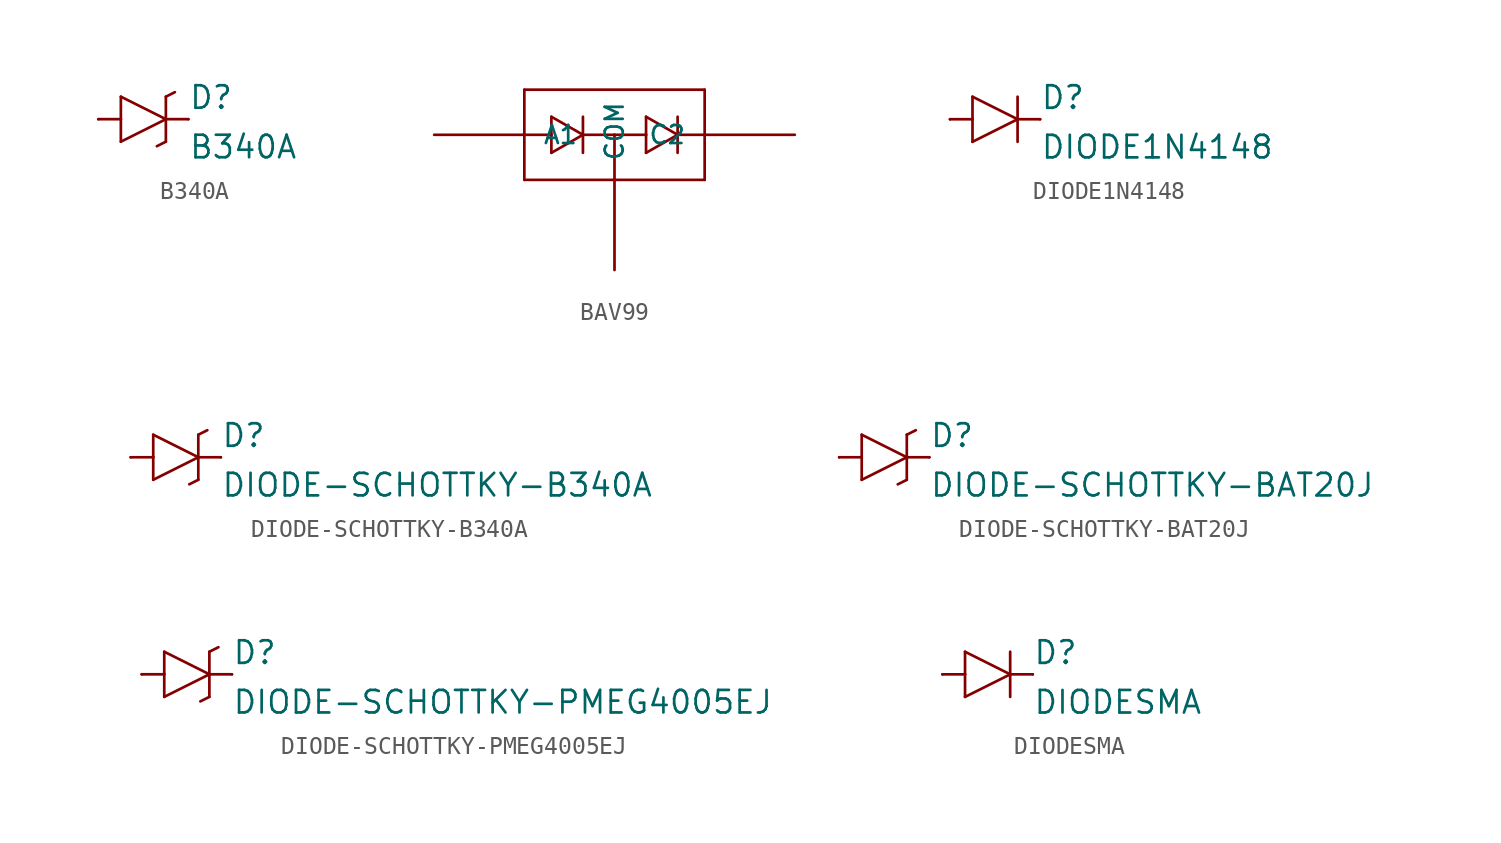
<source format=kicad_sym>
(kicad_symbol_lib
  (version 20211014)
  (generator kicad_symbol_editor)
  (symbol "B340A"
    (pin_numbers hide)
    (pin_names
      (offset 1.016) hide)
    (property "Reference" "D"
      (at 2.54 0.483 0)
      (effects (font (size 1.27 1.27)) (justify left bottom)))
    (property "Value" "B340A"
      (at 2.54 -2.311 0)
      (effects (font (size 1.27 1.27)) (justify left bottom)))
    (property "ki_locked" ""
      (at 0 0 0)
      (effects (font (size 1.27 1.27))))
    (symbol "B340A_1_0"
      (polyline (pts (xy -2.54 0) (xy -1.27 0)) (stroke (width 0) (type default) (color 0 0 0 0)) (fill (type none)))
      (polyline (pts (xy -1.27 -1.27) (xy 1.27 0)) (stroke (width 0) (type default) (color 0 0 0 0)) (fill (type none)))
      (polyline (pts (xy -1.27 0) (xy -1.27 -1.27)) (stroke (width 0) (type default) (color 0 0 0 0)) (fill (type none)))
      (polyline (pts (xy -1.27 1.27) (xy -1.27 0)) (stroke (width 0) (type default) (color 0 0 0 0)) (fill (type none)))
      (polyline (pts (xy 1.27 -1.27) (xy 0.762 -1.524)) (stroke (width 0) (type default) (color 0 0 0 0)) (fill (type none)))
      (polyline (pts (xy 1.27 0) (xy -1.27 1.27)) (stroke (width 0) (type default) (color 0 0 0 0)) (fill (type none)))
      (polyline (pts (xy 1.27 0) (xy 1.27 -1.27)) (stroke (width 0) (type default) (color 0 0 0 0)) (fill (type none)))
      (polyline (pts (xy 1.27 1.27) (xy 1.27 0)) (stroke (width 0) (type default) (color 0 0 0 0)) (fill (type none)))
      (polyline (pts (xy 1.27 1.27) (xy 1.778 1.524)) (stroke (width 0) (type default) (color 0 0 0 0)) (fill (type none)))
      (polyline (pts (xy 2.54 0) (xy 1.27 0)) (stroke (width 0) (type default) (color 0 0 0 0)) (fill (type none))))
    (symbol "B340A_1_1"
      (pin passive line (at -2.54 0 0) (length 0) (name "A" (effects (font (size 1.016 1.016)))) (number "A" (effects (font (size 1.016 1.016)))))
      (pin passive line (at 2.54 0 180) (length 0) (name "C" (effects (font (size 1.016 1.016)))) (number "C" (effects (font (size 1.016 1.016)))))))
  (symbol "BAV99"
    (pin_numbers hide)
    (pin_names
      (offset 1.016))
    (property "Reference" "D"
      (at 0 0 0)
      (effects (font (size 1.27 1.27)) hide))
    (property "ki_locked" ""
      (at 0 0 0)
      (effects (font (size 1.27 1.27))))
    (symbol "BAV99_1_0"
      (polyline (pts (xy -5.08 -2.54) (xy -5.08 0)) (stroke (width 0) (type default) (color 0 0 0 0)) (fill (type none)))
      (polyline (pts (xy -5.08 0) (xy -5.08 2.54)) (stroke (width 0) (type default) (color 0 0 0 0)) (fill (type none)))
      (polyline (pts (xy -5.08 0) (xy -3.556 0)) (stroke (width 0) (type default) (color 0 0 0 0)) (fill (type none)))
      (polyline (pts (xy -5.08 2.54) (xy 5.08 2.54)) (stroke (width 0) (type default) (color 0 0 0 0)) (fill (type none)))
      (polyline (pts (xy -3.556 -1.016) (xy -3.556 0)) (stroke (width 0) (type default) (color 0 0 0 0)) (fill (type none)))
      (polyline (pts (xy -3.556 0) (xy -3.556 1.016)) (stroke (width 0) (type default) (color 0 0 0 0)) (fill (type none)))
      (polyline (pts (xy -3.556 1.016) (xy -1.778 0)) (stroke (width 0) (type default) (color 0 0 0 0)) (fill (type none)))
      (polyline (pts (xy -1.778 0) (xy -3.556 -1.016)) (stroke (width 0) (type default) (color 0 0 0 0)) (fill (type none)))
      (polyline (pts (xy -1.778 0) (xy -1.778 -1.016)) (stroke (width 0) (type default) (color 0 0 0 0)) (fill (type none)))
      (polyline (pts (xy -1.778 1.016) (xy -1.778 0)) (stroke (width 0) (type default) (color 0 0 0 0)) (fill (type none)))
      (polyline (pts (xy 0 -2.54) (xy -5.08 -2.54)) (stroke (width 0) (type default) (color 0 0 0 0)) (fill (type none)))
      (polyline (pts (xy 0 -2.54) (xy 0 0)) (stroke (width 0) (type default) (color 0 0 0 0)) (fill (type none)))
      (polyline (pts (xy 0 0) (xy -1.778 0)) (stroke (width 0) (type default) (color 0 0 0 0)) (fill (type none)))
      (polyline (pts (xy 1.778 -1.016) (xy 1.778 0)) (stroke (width 0) (type default) (color 0 0 0 0)) (fill (type none)))
      (polyline (pts (xy 1.778 0) (xy 0 0)) (stroke (width 0) (type default) (color 0 0 0 0)) (fill (type none)))
      (polyline (pts (xy 1.778 0) (xy 1.778 1.016)) (stroke (width 0) (type default) (color 0 0 0 0)) (fill (type none)))
      (polyline (pts (xy 1.778 1.016) (xy 3.556 0)) (stroke (width 0) (type default) (color 0 0 0 0)) (fill (type none)))
      (polyline (pts (xy 3.556 0) (xy 1.778 -1.016)) (stroke (width 0) (type default) (color 0 0 0 0)) (fill (type none)))
      (polyline (pts (xy 3.556 0) (xy 3.556 -1.016)) (stroke (width 0) (type default) (color 0 0 0 0)) (fill (type none)))
      (polyline (pts (xy 3.556 1.016) (xy 3.556 0)) (stroke (width 0) (type default) (color 0 0 0 0)) (fill (type none)))
      (polyline (pts (xy 5.08 -2.54) (xy 0 -2.54)) (stroke (width 0) (type default) (color 0 0 0 0)) (fill (type none)))
      (polyline (pts (xy 5.08 0) (xy 3.556 0)) (stroke (width 0) (type default) (color 0 0 0 0)) (fill (type none)))
      (polyline (pts (xy 5.08 0) (xy 5.08 -2.54)) (stroke (width 0) (type default) (color 0 0 0 0)) (fill (type none)))
      (polyline (pts (xy 5.08 2.54) (xy 5.08 0)) (stroke (width 0) (type default) (color 0 0 0 0)) (fill (type none))))
    (symbol "BAV99_1_1"
      (pin bidirectional line (at -10.16 0 0) (length 5.08) (name "A1" (effects (font (size 1.016 1.016)))) (number "1" (effects (font (size 1.016 1.016)))))
      (pin bidirectional line (at 10.16 0 180) (length 5.08) (name "C2" (effects (font (size 1.016 1.016)))) (number "2" (effects (font (size 1.016 1.016)))))
      (pin bidirectional line (at 0 -7.62 90) (length 5.08) (name "COM" (effects (font (size 1.016 1.016)))) (number "3" (effects (font (size 1.016 1.016)))))))
  (symbol "DIODE1N4148"
    (pin_numbers hide)
    (pin_names
      (offset 1.016) hide)
    (property "Reference" "D"
      (at 2.54 0.483 0)
      (effects (font (size 1.27 1.27)) (justify left bottom)))
    (property "Value" "DIODE1N4148"
      (at 2.54 -2.311 0)
      (effects (font (size 1.27 1.27)) (justify left bottom)))
    (property "ki_locked" ""
      (at 0 0 0)
      (effects (font (size 1.27 1.27))))
    (symbol "DIODE1N4148_1_0"
      (polyline (pts (xy -2.54 0) (xy -1.27 0)) (stroke (width 0) (type default) (color 0 0 0 0)) (fill (type none)))
      (polyline (pts (xy -1.27 -1.27) (xy 1.27 0)) (stroke (width 0) (type default) (color 0 0 0 0)) (fill (type none)))
      (polyline (pts (xy -1.27 0) (xy -1.27 -1.27)) (stroke (width 0) (type default) (color 0 0 0 0)) (fill (type none)))
      (polyline (pts (xy -1.27 1.27) (xy -1.27 0)) (stroke (width 0) (type default) (color 0 0 0 0)) (fill (type none)))
      (polyline (pts (xy 1.27 0) (xy -1.27 1.27)) (stroke (width 0) (type default) (color 0 0 0 0)) (fill (type none)))
      (polyline (pts (xy 1.27 0) (xy 1.27 -1.27)) (stroke (width 0) (type default) (color 0 0 0 0)) (fill (type none)))
      (polyline (pts (xy 1.27 1.27) (xy 1.27 0)) (stroke (width 0) (type default) (color 0 0 0 0)) (fill (type none)))
      (polyline (pts (xy 2.54 0) (xy 1.27 0)) (stroke (width 0) (type default) (color 0 0 0 0)) (fill (type none))))
    (symbol "DIODE1N4148_1_1"
      (pin passive line (at -2.54 0 0) (length 0) (name "A" (effects (font (size 1.016 1.016)))) (number "A" (effects (font (size 1.016 1.016)))))
      (pin passive line (at 2.54 0 180) (length 0) (name "C" (effects (font (size 1.016 1.016)))) (number "C" (effects (font (size 1.016 1.016)))))))
  (symbol "DIODE-SCHOTTKY-B340A"
    (pin_numbers hide)
    (pin_names
      (offset 1.016) hide)
    (property "Reference" "D"
      (at 2.54 0.483 0)
      (effects (font (size 1.27 1.27)) (justify left bottom)))
    (property "Value" "DIODE-SCHOTTKY-B340A"
      (at 2.54 -2.311 0)
      (effects (font (size 1.27 1.27)) (justify left bottom)))
    (property "ki_locked" ""
      (at 0 0 0)
      (effects (font (size 1.27 1.27))))
    (symbol "DIODE-SCHOTTKY-B340A_1_0"
      (polyline (pts (xy -2.54 0) (xy -1.27 0)) (stroke (width 0) (type default) (color 0 0 0 0)) (fill (type none)))
      (polyline (pts (xy -1.27 -1.27) (xy 1.27 0)) (stroke (width 0) (type default) (color 0 0 0 0)) (fill (type none)))
      (polyline (pts (xy -1.27 0) (xy -1.27 -1.27)) (stroke (width 0) (type default) (color 0 0 0 0)) (fill (type none)))
      (polyline (pts (xy -1.27 1.27) (xy -1.27 0)) (stroke (width 0) (type default) (color 0 0 0 0)) (fill (type none)))
      (polyline (pts (xy 1.27 -1.27) (xy 0.762 -1.524)) (stroke (width 0) (type default) (color 0 0 0 0)) (fill (type none)))
      (polyline (pts (xy 1.27 0) (xy -1.27 1.27)) (stroke (width 0) (type default) (color 0 0 0 0)) (fill (type none)))
      (polyline (pts (xy 1.27 0) (xy 1.27 -1.27)) (stroke (width 0) (type default) (color 0 0 0 0)) (fill (type none)))
      (polyline (pts (xy 1.27 1.27) (xy 1.27 0)) (stroke (width 0) (type default) (color 0 0 0 0)) (fill (type none)))
      (polyline (pts (xy 1.27 1.27) (xy 1.778 1.524)) (stroke (width 0) (type default) (color 0 0 0 0)) (fill (type none)))
      (polyline (pts (xy 2.54 0) (xy 1.27 0)) (stroke (width 0) (type default) (color 0 0 0 0)) (fill (type none))))
    (symbol "DIODE-SCHOTTKY-B340A_1_1"
      (pin passive line (at -2.54 0 0) (length 0) (name "A" (effects (font (size 1.016 1.016)))) (number "A" (effects (font (size 1.016 1.016)))))
      (pin passive line (at 2.54 0 180) (length 0) (name "C" (effects (font (size 1.016 1.016)))) (number "C" (effects (font (size 1.016 1.016)))))))
  (symbol "DIODE-SCHOTTKY-BAT20J"
    (pin_numbers hide)
    (pin_names
      (offset 1.016) hide)
    (property "Reference" "D"
      (at 2.54 0.483 0)
      (effects (font (size 1.27 1.27)) (justify left bottom)))
    (property "Value" "DIODE-SCHOTTKY-BAT20J"
      (at 2.54 -2.311 0)
      (effects (font (size 1.27 1.27)) (justify left bottom)))
    (property "ki_locked" ""
      (at 0 0 0)
      (effects (font (size 1.27 1.27))))
    (symbol "DIODE-SCHOTTKY-BAT20J_1_0"
      (polyline (pts (xy -2.54 0) (xy -1.27 0)) (stroke (width 0) (type default) (color 0 0 0 0)) (fill (type none)))
      (polyline (pts (xy -1.27 -1.27) (xy 1.27 0)) (stroke (width 0) (type default) (color 0 0 0 0)) (fill (type none)))
      (polyline (pts (xy -1.27 0) (xy -1.27 -1.27)) (stroke (width 0) (type default) (color 0 0 0 0)) (fill (type none)))
      (polyline (pts (xy -1.27 1.27) (xy -1.27 0)) (stroke (width 0) (type default) (color 0 0 0 0)) (fill (type none)))
      (polyline (pts (xy 1.27 -1.27) (xy 0.762 -1.524)) (stroke (width 0) (type default) (color 0 0 0 0)) (fill (type none)))
      (polyline (pts (xy 1.27 0) (xy -1.27 1.27)) (stroke (width 0) (type default) (color 0 0 0 0)) (fill (type none)))
      (polyline (pts (xy 1.27 0) (xy 1.27 -1.27)) (stroke (width 0) (type default) (color 0 0 0 0)) (fill (type none)))
      (polyline (pts (xy 1.27 1.27) (xy 1.27 0)) (stroke (width 0) (type default) (color 0 0 0 0)) (fill (type none)))
      (polyline (pts (xy 1.27 1.27) (xy 1.778 1.524)) (stroke (width 0) (type default) (color 0 0 0 0)) (fill (type none)))
      (polyline (pts (xy 2.54 0) (xy 1.27 0)) (stroke (width 0) (type default) (color 0 0 0 0)) (fill (type none))))
    (symbol "DIODE-SCHOTTKY-BAT20J_1_1"
      (pin passive line (at -2.54 0 0) (length 0) (name "A" (effects (font (size 1.016 1.016)))) (number "A" (effects (font (size 1.016 1.016)))))
      (pin passive line (at 2.54 0 180) (length 0) (name "C" (effects (font (size 1.016 1.016)))) (number "C" (effects (font (size 1.016 1.016)))))))
  (symbol "DIODE-SCHOTTKY-PMEG4005EJ"
    (pin_numbers hide)
    (pin_names
      (offset 1.016) hide)
    (property "Reference" "D"
      (at 2.54 0.483 0)
      (effects (font (size 1.27 1.27)) (justify left bottom)))
    (property "Value" "DIODE-SCHOTTKY-PMEG4005EJ"
      (at 2.54 -2.311 0)
      (effects (font (size 1.27 1.27)) (justify left bottom)))
    (property "ki_locked" ""
      (at 0 0 0)
      (effects (font (size 1.27 1.27))))
    (symbol "DIODE-SCHOTTKY-PMEG4005EJ_1_0"
      (polyline (pts (xy -2.54 0) (xy -1.27 0)) (stroke (width 0) (type default) (color 0 0 0 0)) (fill (type none)))
      (polyline (pts (xy -1.27 -1.27) (xy 1.27 0)) (stroke (width 0) (type default) (color 0 0 0 0)) (fill (type none)))
      (polyline (pts (xy -1.27 0) (xy -1.27 -1.27)) (stroke (width 0) (type default) (color 0 0 0 0)) (fill (type none)))
      (polyline (pts (xy -1.27 1.27) (xy -1.27 0)) (stroke (width 0) (type default) (color 0 0 0 0)) (fill (type none)))
      (polyline (pts (xy 1.27 -1.27) (xy 0.762 -1.524)) (stroke (width 0) (type default) (color 0 0 0 0)) (fill (type none)))
      (polyline (pts (xy 1.27 0) (xy -1.27 1.27)) (stroke (width 0) (type default) (color 0 0 0 0)) (fill (type none)))
      (polyline (pts (xy 1.27 0) (xy 1.27 -1.27)) (stroke (width 0) (type default) (color 0 0 0 0)) (fill (type none)))
      (polyline (pts (xy 1.27 1.27) (xy 1.27 0)) (stroke (width 0) (type default) (color 0 0 0 0)) (fill (type none)))
      (polyline (pts (xy 1.27 1.27) (xy 1.778 1.524)) (stroke (width 0) (type default) (color 0 0 0 0)) (fill (type none)))
      (polyline (pts (xy 2.54 0) (xy 1.27 0)) (stroke (width 0) (type default) (color 0 0 0 0)) (fill (type none))))
    (symbol "DIODE-SCHOTTKY-PMEG4005EJ_1_1"
      (pin passive line (at -2.54 0 0) (length 0) (name "A" (effects (font (size 1.016 1.016)))) (number "A" (effects (font (size 1.016 1.016)))))
      (pin passive line (at 2.54 0 180) (length 0) (name "C" (effects (font (size 1.016 1.016)))) (number "C" (effects (font (size 1.016 1.016)))))))
  (symbol "DIODESMA"
    (pin_numbers hide)
    (pin_names
      (offset 1.016) hide)
    (property "Reference" "D"
      (at 2.54 0.483 0)
      (effects (font (size 1.27 1.27)) (justify left bottom)))
    (property "Value" "DIODESMA"
      (at 2.54 -2.311 0)
      (effects (font (size 1.27 1.27)) (justify left bottom)))
    (property "ki_locked" ""
      (at 0 0 0)
      (effects (font (size 1.27 1.27))))
    (symbol "DIODESMA_1_0"
      (polyline (pts (xy -2.54 0) (xy -1.27 0)) (stroke (width 0) (type default) (color 0 0 0 0)) (fill (type none)))
      (polyline (pts (xy -1.27 -1.27) (xy 1.27 0)) (stroke (width 0) (type default) (color 0 0 0 0)) (fill (type none)))
      (polyline (pts (xy -1.27 0) (xy -1.27 -1.27)) (stroke (width 0) (type default) (color 0 0 0 0)) (fill (type none)))
      (polyline (pts (xy -1.27 1.27) (xy -1.27 0)) (stroke (width 0) (type default) (color 0 0 0 0)) (fill (type none)))
      (polyline (pts (xy 1.27 0) (xy -1.27 1.27)) (stroke (width 0) (type default) (color 0 0 0 0)) (fill (type none)))
      (polyline (pts (xy 1.27 0) (xy 1.27 -1.27)) (stroke (width 0) (type default) (color 0 0 0 0)) (fill (type none)))
      (polyline (pts (xy 1.27 1.27) (xy 1.27 0)) (stroke (width 0) (type default) (color 0 0 0 0)) (fill (type none)))
      (polyline (pts (xy 2.54 0) (xy 1.27 0)) (stroke (width 0) (type default) (color 0 0 0 0)) (fill (type none))))
    (symbol "DIODESMA_1_1"
      (pin passive line (at -2.54 0 0) (length 0) (name "A" (effects (font (size 1.016 1.016)))) (number "A" (effects (font (size 1.016 1.016)))))
      (pin passive line (at 2.54 0 180) (length 0) (name "C" (effects (font (size 1.016 1.016)))) (number "C" (effects (font (size 1.016 1.016))))))))
</source>
